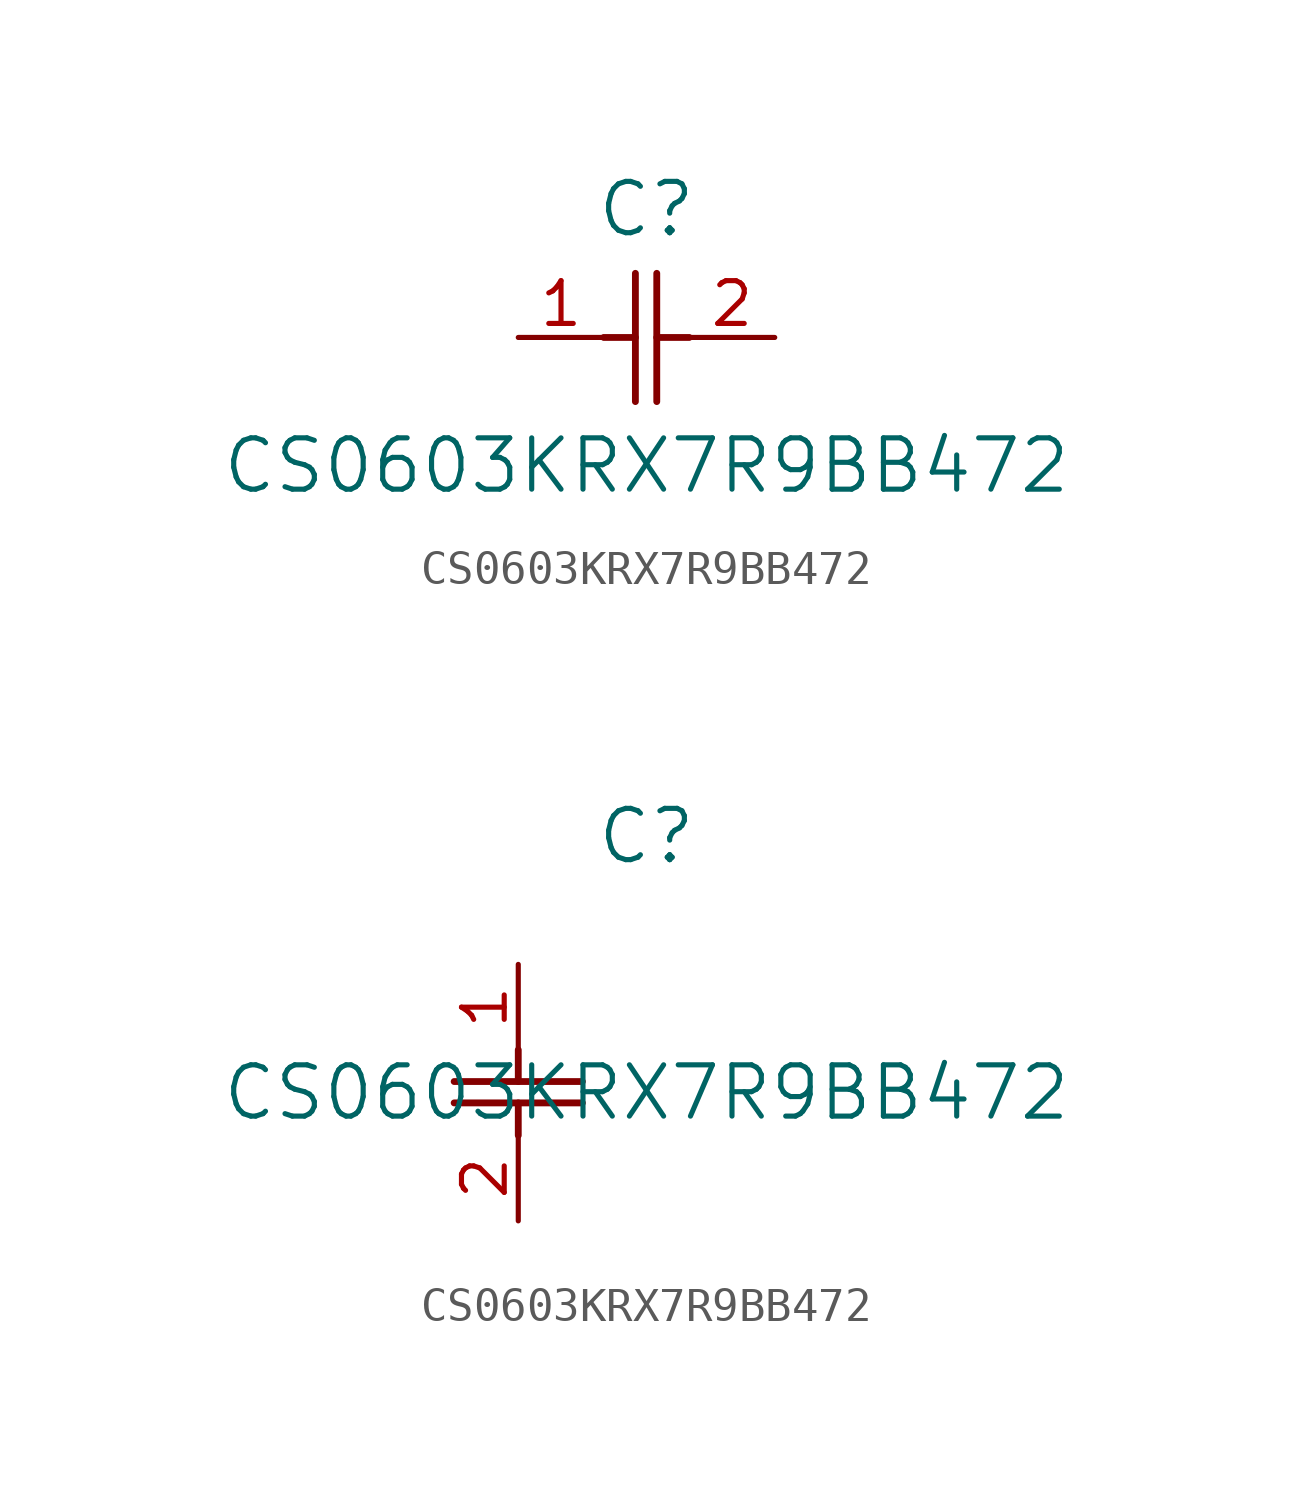
<source format=kicad_sym>
(kicad_symbol_lib
  (version 20211014)
  (generator kicad_symbol_editor)
  (symbol "CS0603KRX7R9BB472"
    (pin_names
      (offset 0.254))
    (property "Reference" "C"
      (at 3.81 3.81 0)
      (effects (font (size 1.524 1.524))))
    (property "Value" "CS0603KRX7R9BB472"
      (at 3.81 -3.81 0)
      (effects (font (size 1.524 1.524))))
    (symbol "CS0603KRX7R9BB472_1_1"
      (polyline (pts (xy 3.48 -1.905) (xy 3.48 1.905)) (stroke (width 0.203) (type default) (color 0 0 0 0)) (fill (type none)))
      (polyline (pts (xy 4.115 -1.905) (xy 4.115 1.905)) (stroke (width 0.203) (type default) (color 0 0 0 0)) (fill (type none)))
      (polyline (pts (xy 4.115 0) (xy 5.08 0)) (stroke (width 0.203) (type default) (color 0 0 0 0)) (fill (type none)))
      (polyline (pts (xy 2.54 0) (xy 3.48 0)) (stroke (width 0.203) (type default) (color 0 0 0 0)) (fill (type none)))
      (pin unspecified line (at 0 0 0) (length 2.54) (name "" (effects (font (size 1.27 1.27)))) (number "1" (effects (font (size 1.27 1.27)))))
      (pin unspecified line (at 7.62 0 180) (length 2.54) (name "" (effects (font (size 1.27 1.27)))) (number "2" (effects (font (size 1.27 1.27))))))
    (symbol "CS0603KRX7R9BB472_1_2"
      (polyline (pts (xy -1.905 -3.48) (xy 1.905 -3.48)) (stroke (width 0.203) (type default) (color 0 0 0 0)) (fill (type none)))
      (polyline (pts (xy -1.905 -4.115) (xy 1.905 -4.115)) (stroke (width 0.203) (type default) (color 0 0 0 0)) (fill (type none)))
      (polyline (pts (xy 0 -4.115) (xy 0 -5.08)) (stroke (width 0.203) (type default) (color 0 0 0 0)) (fill (type none)))
      (polyline (pts (xy 0 -2.54) (xy 0 -3.48)) (stroke (width 0.203) (type default) (color 0 0 0 0)) (fill (type none)))
      (pin unspecified line (at 0 0 270) (length 2.54) (name "" (effects (font (size 1.27 1.27)))) (number "1" (effects (font (size 1.27 1.27)))))
      (pin unspecified line (at 0 -7.62 90) (length 2.54) (name "" (effects (font (size 1.27 1.27)))) (number "2" (effects (font (size 1.27 1.27))))))))
</source>
